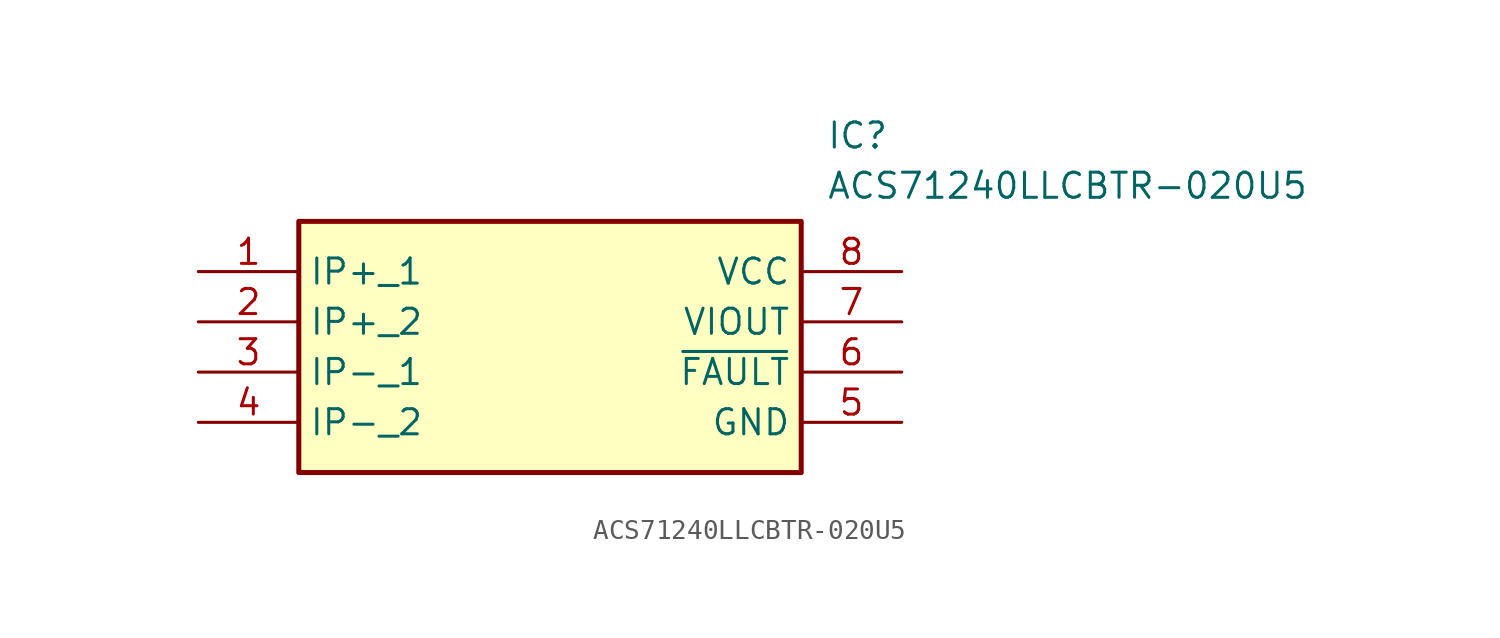
<source format=kicad_sym>
(kicad_symbol_lib
  (version 20211014)
  (generator SamacSys_ECAD_Model)
  (symbol "ACS71240LLCBTR-020U5"
    (property "Reference" "IC"
      (at 31.75 7.62 0)
      (effects (font (size 1.27 1.27)) (justify left top)))
    (property "Value" "ACS71240LLCBTR-020U5"
      (at 31.75 5.08 0)
      (effects (font (size 1.27 1.27)) (justify left top)))
    (rectangle
      (start 5.08 2.54)
      (end 30.48 -10.16)
      (stroke (width 0.254) (type default))
      (fill (type background)))
    (pin passive line
      (at 0 0 0)
      (length 5.08)
      (name "IP+_1" (effects (font (size 1.27 1.27))))
      (number "1" (effects (font (size 1.27 1.27)))))
    (pin passive line
      (at 0 -2.54 0)
      (length 5.08)
      (name "IP+_2" (effects (font (size 1.27 1.27))))
      (number "2" (effects (font (size 1.27 1.27)))))
    (pin passive line
      (at 0 -5.08 0)
      (length 5.08)
      (name "IP-_1" (effects (font (size 1.27 1.27))))
      (number "3" (effects (font (size 1.27 1.27)))))
    (pin passive line
      (at 0 -7.62 0)
      (length 5.08)
      (name "IP-_2" (effects (font (size 1.27 1.27))))
      (number "4" (effects (font (size 1.27 1.27)))))
    (pin passive line
      (at 35.56 0 180)
      (length 5.08)
      (name "VCC" (effects (font (size 1.27 1.27))))
      (number "8" (effects (font (size 1.27 1.27)))))
    (pin passive line
      (at 35.56 -2.54 180)
      (length 5.08)
      (name "VIOUT" (effects (font (size 1.27 1.27))))
      (number "7" (effects (font (size 1.27 1.27)))))
    (pin passive line
      (at 35.56 -5.08 180)
      (length 5.08)
      (name "~{FAULT}" (effects (font (size 1.27 1.27))))
      (number "6" (effects (font (size 1.27 1.27)))))
    (pin passive line
      (at 35.56 -7.62 180)
      (length 5.08)
      (name "GND" (effects (font (size 1.27 1.27))))
      (number "5" (effects (font (size 1.27 1.27)))))))
</source>
